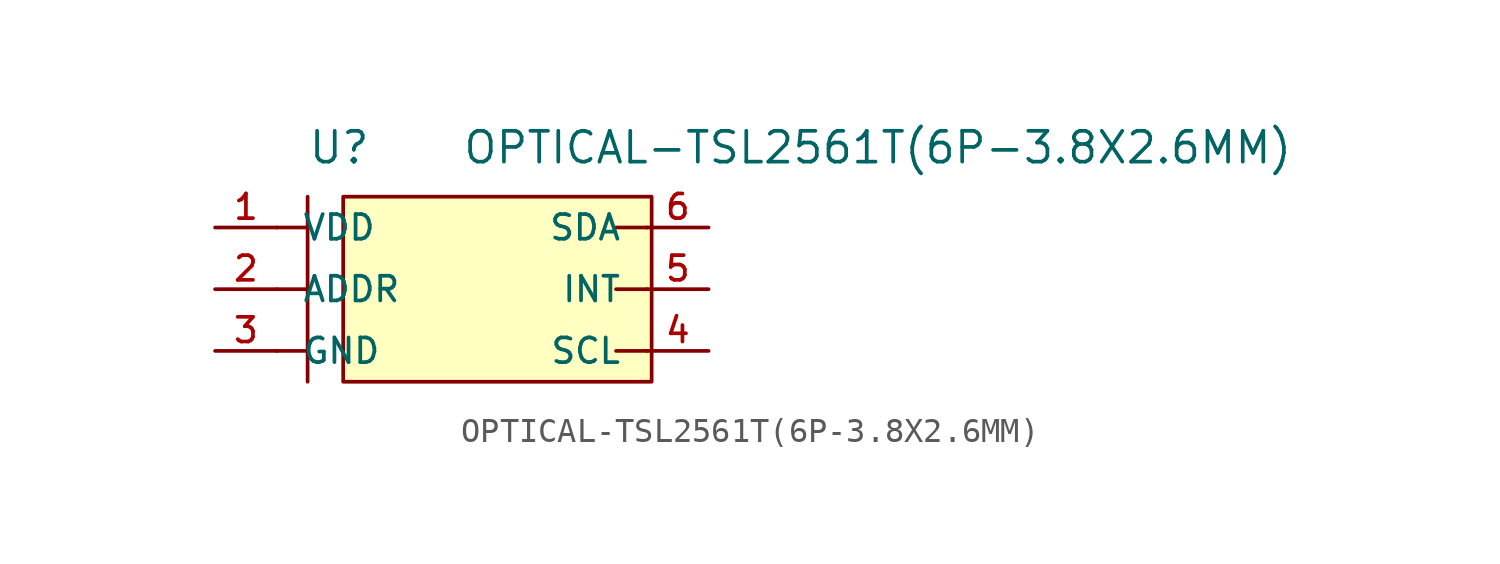
<source format=kicad_sym>
(kicad_symbol_lib
  (version 20211014)
  (generator kicad_symbol_editor)
  (symbol "OPTICAL-TSL2561T(6P-3.8X2.6MM)"
    (pin_names
      (offset 1.016))
    (property "Reference" "U"
      (at -6.362 5.089 0)
      (effects (font (size 1.27 1.27)) (justify bottom left)))
    (property "Value" "OPTICAL-TSL2561T(6P-3.8X2.6MM)"
      (at 0.0 5.089 0)
      (effects (font (size 1.27 1.27)) (justify bottom left)))
    (symbol "OPTICAL-TSL2561T(6P-3.8X2.6MM)_0_0"
      (polyline (pts (xy -6.35 -3.81) (xy -6.35 -2.54)) (stroke (width 0.152)))
      (polyline (pts (xy -6.35 -2.54) (xy -6.35 0.0)) (stroke (width 0.152)))
      (polyline (pts (xy -6.35 0.0) (xy -6.35 2.54)) (stroke (width 0.152)))
      (polyline (pts (xy -6.35 2.54) (xy -6.35 3.81)) (stroke (width 0.152)))
      (polyline (pts (xy -7.62 2.54) (xy -6.35 2.54)) (stroke (width 0.152)))
      (polyline (pts (xy -7.62 0.0) (xy -6.35 0.0)) (stroke (width 0.152)))
      (polyline (pts (xy -7.62 -2.54) (xy -6.35 -2.54)) (stroke (width 0.152)))
      (polyline (pts (xy 6.35 -2.54) (xy 7.62 -2.54)) (stroke (width 0.152)))
      (polyline (pts (xy 6.35 0.0) (xy 7.62 0.0)) (stroke (width 0.152)))
      (polyline (pts (xy 6.35 2.54) (xy 7.62 2.54)) (stroke (width 0.152)))
      (rectangle (start -4.885 -3.81) (end 7.815 3.81) (stroke (width 0.152)) (fill (type background)))
      (pin power_in line (at -10.16 2.54 0) (length 2.54) (name "VDD" (effects (font (size 1.016 1.016)))) (number "1" (effects (font (size 1.016 1.016)))))
      (pin input line (at -10.16 0.0 0) (length 2.54) (name "ADDR" (effects (font (size 1.016 1.016)))) (number "2" (effects (font (size 1.016 1.016)))))
      (pin power_in line (at -10.16 -2.54 0) (length 2.54) (name "GND" (effects (font (size 1.016 1.016)))) (number "3" (effects (font (size 1.016 1.016)))))
      (pin input line (at 10.16 -2.54 180.0) (length 2.54) (name "SCL" (effects (font (size 1.016 1.016)))) (number "4" (effects (font (size 1.016 1.016)))))
      (pin output line (at 10.16 0.0 180.0) (length 2.54) (name "INT" (effects (font (size 1.016 1.016)))) (number "5" (effects (font (size 1.016 1.016)))))
      (pin bidirectional line (at 10.16 2.54 180.0) (length 2.54) (name "SDA" (effects (font (size 1.016 1.016)))) (number "6" (effects (font (size 1.016 1.016))))))))
</source>
